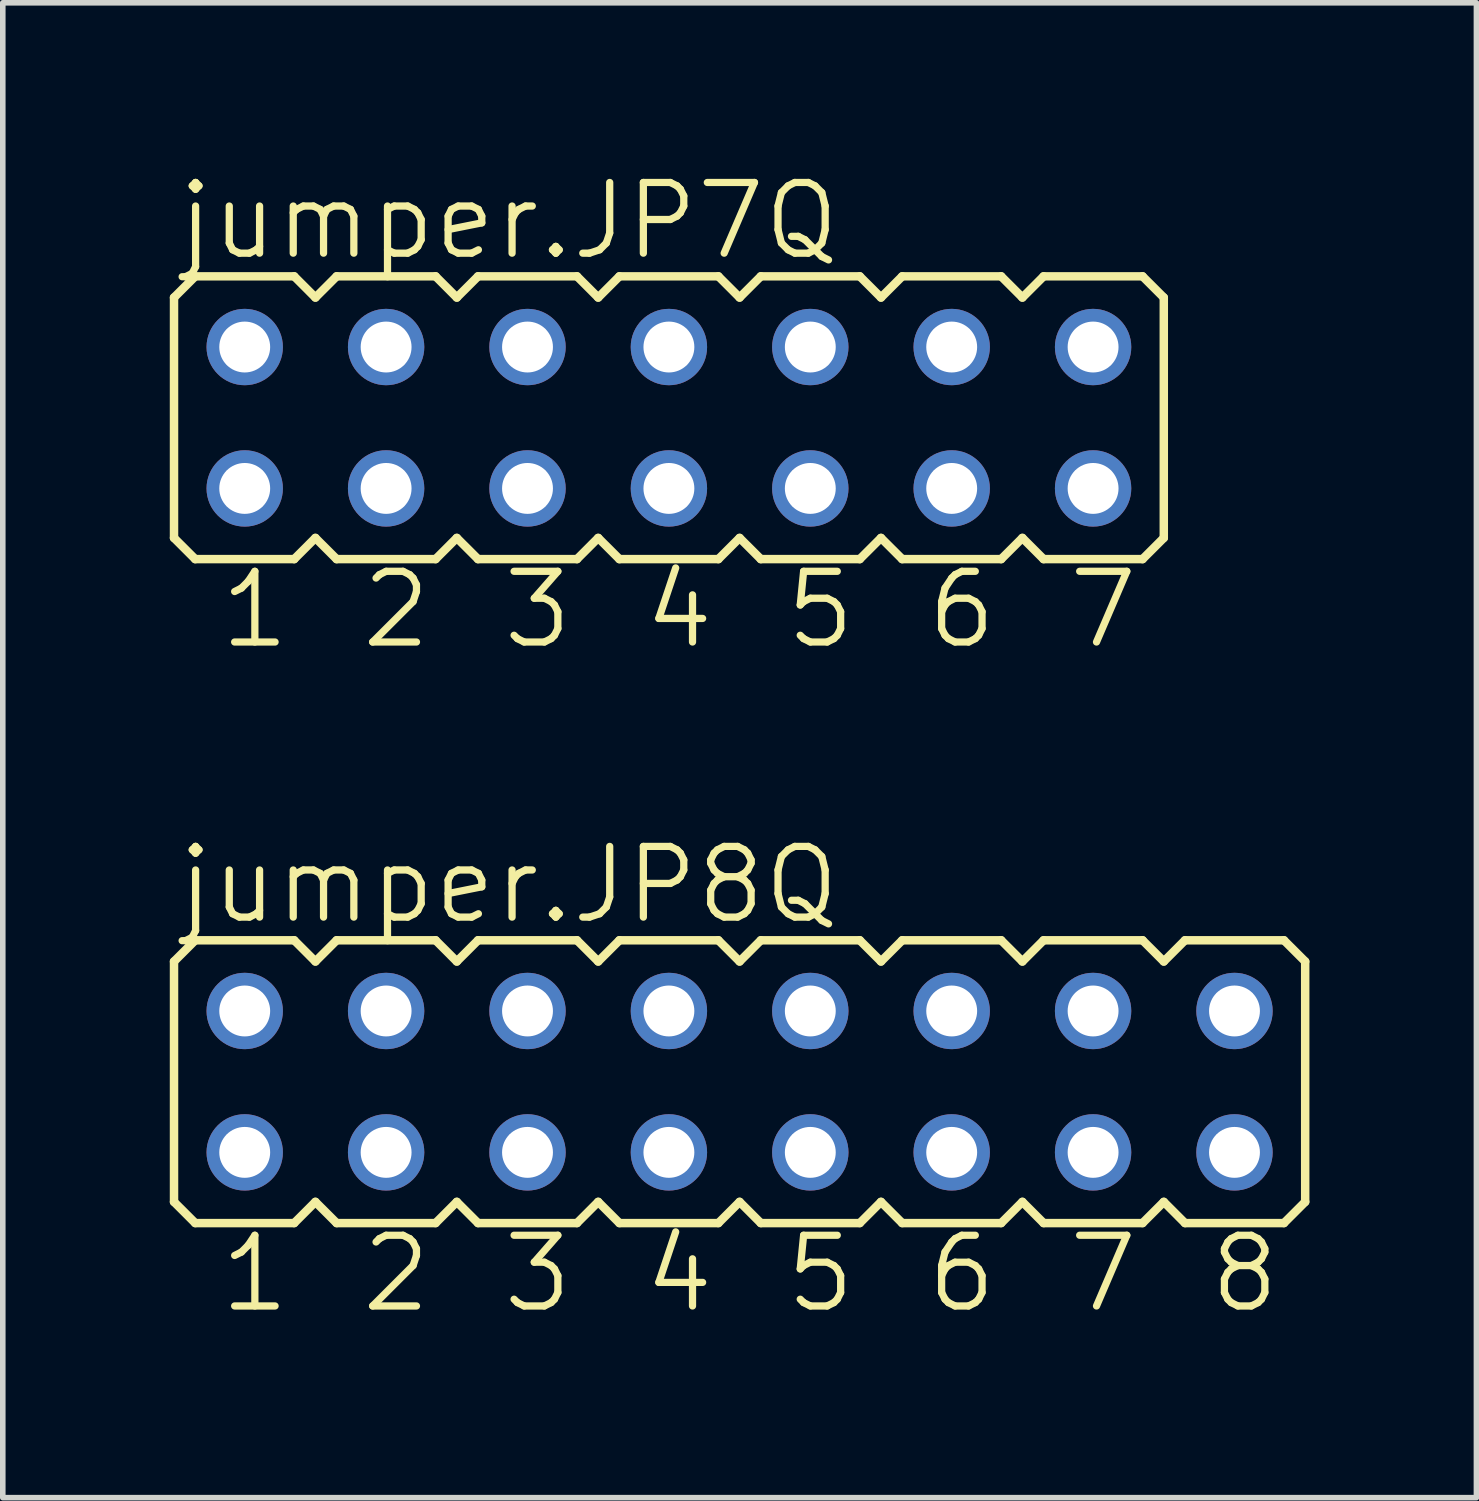
<source format=kicad_pcb>
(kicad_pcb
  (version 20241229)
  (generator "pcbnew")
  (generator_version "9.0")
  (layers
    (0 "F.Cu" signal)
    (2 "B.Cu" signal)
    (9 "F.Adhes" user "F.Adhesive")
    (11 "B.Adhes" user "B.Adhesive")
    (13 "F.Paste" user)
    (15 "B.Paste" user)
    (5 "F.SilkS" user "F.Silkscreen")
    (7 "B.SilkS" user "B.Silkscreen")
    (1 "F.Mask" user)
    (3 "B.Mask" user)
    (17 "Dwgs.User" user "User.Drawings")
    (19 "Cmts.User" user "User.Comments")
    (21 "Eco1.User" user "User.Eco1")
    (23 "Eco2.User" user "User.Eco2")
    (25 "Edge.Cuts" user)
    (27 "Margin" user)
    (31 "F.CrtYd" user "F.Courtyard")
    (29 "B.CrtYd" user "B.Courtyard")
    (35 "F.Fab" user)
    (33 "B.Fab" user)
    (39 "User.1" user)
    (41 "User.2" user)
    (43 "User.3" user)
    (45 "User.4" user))
  (footprint "jumper.JP8Q"
    (layer "F.Cu")
    (at 10.236 16.381)
    (property "Reference" "jumper.JP8Q" (at -10.16 -2.794 0) (layer "F.SilkS") (effects (font (size 1.27 1.27) (thickness 0.13)) (justify left bottom)))
    (attr through_hole)
    (fp_line (start -10.16 -2.159) (end -9.779 -2.54) (stroke (width 0.152) (type default)) (layer "F.SilkS"))
    (fp_line (start -10.16 2.159) (end -10.16 -2.159) (stroke (width 0.152) (type default)) (layer "F.SilkS"))
    (fp_line (start -10.16 2.159) (end -9.779 2.54) (stroke (width 0.152) (type default)) (layer "F.SilkS"))
    (fp_line (start -9.779 -2.54) (end -8.001 -2.54) (stroke (width 0.152) (type default)) (layer "F.SilkS"))
    (fp_line (start -9.779 2.54) (end -8.001 2.54) (stroke (width 0.152) (type default)) (layer "F.SilkS"))
    (fp_line (start -8.001 -2.54) (end -7.62 -2.159) (stroke (width 0.152) (type default)) (layer "F.SilkS"))
    (fp_line (start -7.62 -2.159) (end -7.239 -2.54) (stroke (width 0.152) (type default)) (layer "F.SilkS"))
    (fp_line (start -7.62 2.159) (end -8.001 2.54) (stroke (width 0.152) (type default)) (layer "F.SilkS"))
    (fp_line (start -7.62 2.159) (end -7.239 2.54) (stroke (width 0.152) (type default)) (layer "F.SilkS"))
    (fp_line (start -7.239 -2.54) (end -5.461 -2.54) (stroke (width 0.152) (type default)) (layer "F.SilkS"))
    (fp_line (start -5.461 2.54) (end -7.239 2.54) (stroke (width 0.152) (type default)) (layer "F.SilkS"))
    (fp_line (start -5.08 -2.159) (end -5.461 -2.54) (stroke (width 0.152) (type default)) (layer "F.SilkS"))
    (fp_line (start -5.08 -2.159) (end -4.699 -2.54) (stroke (width 0.152) (type default)) (layer "F.SilkS"))
    (fp_line (start -5.08 2.159) (end -5.461 2.54) (stroke (width 0.152) (type default)) (layer "F.SilkS"))
    (fp_line (start -5.08 2.159) (end -4.699 2.54) (stroke (width 0.152) (type default)) (layer "F.SilkS"))
    (fp_line (start -4.699 -2.54) (end -2.921 -2.54) (stroke (width 0.152) (type default)) (layer "F.SilkS"))
    (fp_line (start -2.921 2.54) (end -4.699 2.54) (stroke (width 0.152) (type default)) (layer "F.SilkS"))
    (fp_line (start -2.921 2.54) (end -2.54 2.159) (stroke (width 0.152) (type default)) (layer "F.SilkS"))
    (fp_line (start -2.54 -2.159) (end -2.921 -2.54) (stroke (width 0.152) (type default)) (layer "F.SilkS"))
    (fp_line (start -2.54 -2.159) (end -2.159 -2.54) (stroke (width 0.152) (type default)) (layer "F.SilkS"))
    (fp_line (start -2.54 2.159) (end -2.159 2.54) (stroke (width 0.152) (type default)) (layer "F.SilkS"))
    (fp_line (start -2.159 -2.54) (end -0.381 -2.54) (stroke (width 0.152) (type default)) (layer "F.SilkS"))
    (fp_line (start -0.381 2.54) (end -2.159 2.54) (stroke (width 0.152) (type default)) (layer "F.SilkS"))
    (fp_line (start -0.381 2.54) (end 0 2.159) (stroke (width 0.152) (type default)) (layer "F.SilkS"))
    (fp_line (start 0 -2.159) (end -0.381 -2.54) (stroke (width 0.152) (type default)) (layer "F.SilkS"))
    (fp_line (start 0 -2.159) (end 0.381 -2.54) (stroke (width 0.152) (type default)) (layer "F.SilkS"))
    (fp_line (start 0 2.159) (end 0.381 2.54) (stroke (width 0.152) (type default)) (layer "F.SilkS"))
    (fp_line (start 0.381 -2.54) (end 2.159 -2.54) (stroke (width 0.152) (type default)) (layer "F.SilkS"))
    (fp_line (start 2.159 2.54) (end 0.381 2.54) (stroke (width 0.152) (type default)) (layer "F.SilkS"))
    (fp_line (start 2.159 2.54) (end 2.54 2.159) (stroke (width 0.152) (type default)) (layer "F.SilkS"))
    (fp_line (start 2.54 -2.159) (end 2.159 -2.54) (stroke (width 0.152) (type default)) (layer "F.SilkS"))
    (fp_line (start 2.54 -2.159) (end 2.921 -2.54) (stroke (width 0.152) (type default)) (layer "F.SilkS"))
    (fp_line (start 2.54 2.159) (end 2.921 2.54) (stroke (width 0.152) (type default)) (layer "F.SilkS"))
    (fp_line (start 2.921 -2.54) (end 4.699 -2.54) (stroke (width 0.152) (type default)) (layer "F.SilkS"))
    (fp_line (start 4.699 2.54) (end 2.921 2.54) (stroke (width 0.152) (type default)) (layer "F.SilkS"))
    (fp_line (start 4.699 2.54) (end 5.08 2.159) (stroke (width 0.152) (type default)) (layer "F.SilkS"))
    (fp_line (start 5.08 -2.159) (end 4.699 -2.54) (stroke (width 0.152) (type default)) (layer "F.SilkS"))
    (fp_line (start 5.08 -2.159) (end 5.461 -2.54) (stroke (width 0.152) (type default)) (layer "F.SilkS"))
    (fp_line (start 5.08 2.159) (end 5.461 2.54) (stroke (width 0.152) (type default)) (layer "F.SilkS"))
    (fp_line (start 5.461 -2.54) (end 7.239 -2.54) (stroke (width 0.152) (type default)) (layer "F.SilkS"))
    (fp_line (start 7.239 2.54) (end 5.461 2.54) (stroke (width 0.152) (type default)) (layer "F.SilkS"))
    (fp_line (start 7.239 2.54) (end 7.62 2.159) (stroke (width 0.152) (type default)) (layer "F.SilkS"))
    (fp_line (start 7.62 -2.159) (end 7.239 -2.54) (stroke (width 0.152) (type default)) (layer "F.SilkS"))
    (fp_line (start 7.62 -2.159) (end 8.001 -2.54) (stroke (width 0.152) (type default)) (layer "F.SilkS"))
    (fp_line (start 7.62 2.159) (end 8.001 2.54) (stroke (width 0.152) (type default)) (layer "F.SilkS"))
    (fp_line (start 8.001 -2.54) (end 9.779 -2.54) (stroke (width 0.152) (type default)) (layer "F.SilkS"))
    (fp_line (start 9.779 2.54) (end 8.001 2.54) (stroke (width 0.152) (type default)) (layer "F.SilkS"))
    (fp_line (start 9.779 2.54) (end 10.16 2.159) (stroke (width 0.152) (type default)) (layer "F.SilkS"))
    (fp_line (start 10.16 -2.159) (end 9.779 -2.54) (stroke (width 0.152) (type default)) (layer "F.SilkS"))
    (fp_line (start 10.16 -2.159) (end 10.16 2.159) (stroke (width 0.152) (type default)) (layer "F.SilkS"))
    (fp_rect (start -9.195 -0.965) (end -8.585 -1.575) (stroke (width 0.05) (type default)) (fill no) (layer "F.Fab"))
    (fp_rect (start -9.195 1.575) (end -8.585 0.965) (stroke (width 0.05) (type default)) (fill no) (layer "F.Fab"))
    (fp_rect (start -6.655 -0.965) (end -6.045 -1.575) (stroke (width 0.05) (type default)) (fill no) (layer "F.Fab"))
    (fp_rect (start -6.655 1.575) (end -6.045 0.965) (stroke (width 0.05) (type default)) (fill no) (layer "F.Fab"))
    (fp_rect (start -4.115 -0.965) (end -3.505 -1.575) (stroke (width 0.05) (type default)) (fill no) (layer "F.Fab"))
    (fp_rect (start -4.115 1.575) (end -3.505 0.965) (stroke (width 0.05) (type default)) (fill no) (layer "F.Fab"))
    (fp_rect (start -1.575 -0.965) (end -0.965 -1.575) (stroke (width 0.05) (type default)) (fill no) (layer "F.Fab"))
    (fp_rect (start -1.575 1.575) (end -0.965 0.965) (stroke (width 0.05) (type default)) (fill no) (layer "F.Fab"))
    (fp_rect (start 0.965 -0.965) (end 1.575 -1.575) (stroke (width 0.05) (type default)) (fill no) (layer "F.Fab"))
    (fp_rect (start 0.965 1.575) (end 1.575 0.965) (stroke (width 0.05) (type default)) (fill no) (layer "F.Fab"))
    (fp_rect (start 3.505 -0.965) (end 4.115 -1.575) (stroke (width 0.05) (type default)) (fill no) (layer "F.Fab"))
    (fp_rect (start 3.505 1.575) (end 4.115 0.965) (stroke (width 0.05) (type default)) (fill no) (layer "F.Fab"))
    (fp_rect (start 6.045 -0.965) (end 6.655 -1.575) (stroke (width 0.05) (type default)) (fill no) (layer "F.Fab"))
    (fp_rect (start 6.045 1.575) (end 6.655 0.965) (stroke (width 0.05) (type default)) (fill no) (layer "F.Fab"))
    (fp_rect (start 8.585 -0.965) (end 9.195 -1.575) (stroke (width 0.05) (type default)) (fill no) (layer "F.Fab"))
    (fp_rect (start 8.585 1.575) (end 9.195 0.965) (stroke (width 0.05) (type default)) (fill no) (layer "F.Fab"))
    (fp_text user "1" (at -9.398 4.191 0) (layer "F.SilkS") (effects (font (size 1.27 1.27) (thickness 0.13)) (justify left bottom)))
    (fp_text user "8" (at 8.382 4.191 0) (layer "F.SilkS") (effects (font (size 1.27 1.27) (thickness 0.13)) (justify left bottom)))
    (fp_text user "2" (at -6.858 4.191 0) (layer "F.SilkS") (effects (font (size 1.27 1.27) (thickness 0.13)) (justify left bottom)))
    (fp_text user "5" (at 0.762 4.191 0) (layer "F.SilkS") (effects (font (size 1.27 1.27) (thickness 0.13)) (justify left bottom)))
    (fp_text user "3" (at -4.318 4.191 0) (layer "F.SilkS") (effects (font (size 1.27 1.27) (thickness 0.13)) (justify left bottom)))
    (fp_text user "7" (at 5.842 4.191 0) (layer "F.SilkS") (effects (font (size 1.27 1.27) (thickness 0.13)) (justify left bottom)))
    (fp_text user "6" (at 3.302 4.191 0) (layer "F.SilkS") (effects (font (size 1.27 1.27) (thickness 0.13)) (justify left bottom)))
    (fp_text user "4" (at -1.778 4.191 0) (layer "F.SilkS") (effects (font (size 1.27 1.27) (thickness 0.13)) (justify left bottom)))
    (pad "1" thru_hole circle (at -8.89 1.27) (size 1.372 1.372) (drill 0.914) (layers "*.Cu" "*.Mask"))
    (pad "2" thru_hole circle (at -8.89 -1.27) (size 1.372 1.372) (drill 0.914) (layers "*.Cu" "*.Mask"))
    (pad "3" thru_hole circle (at -6.35 1.27) (size 1.372 1.372) (drill 0.914) (layers "*.Cu" "*.Mask"))
    (pad "4" thru_hole circle (at -6.35 -1.27) (size 1.372 1.372) (drill 0.914) (layers "*.Cu" "*.Mask"))
    (pad "5" thru_hole circle (at -3.81 1.27) (size 1.372 1.372) (drill 0.914) (layers "*.Cu" "*.Mask"))
    (pad "6" thru_hole circle (at -3.81 -1.27) (size 1.372 1.372) (drill 0.914) (layers "*.Cu" "*.Mask"))
    (pad "7" thru_hole circle (at -1.27 1.27) (size 1.372 1.372) (drill 0.914) (layers "*.Cu" "*.Mask"))
    (pad "8" thru_hole circle (at -1.27 -1.27) (size 1.372 1.372) (drill 0.914) (layers "*.Cu" "*.Mask"))
    (pad "9" thru_hole circle (at 1.27 1.27) (size 1.372 1.372) (drill 0.914) (layers "*.Cu" "*.Mask"))
    (pad "10" thru_hole circle (at 1.27 -1.27) (size 1.372 1.372) (drill 0.914) (layers "*.Cu" "*.Mask"))
    (pad "11" thru_hole circle (at 3.81 1.27) (size 1.372 1.372) (drill 0.914) (layers "*.Cu" "*.Mask"))
    (pad "12" thru_hole circle (at 3.81 -1.27) (size 1.372 1.372) (drill 0.914) (layers "*.Cu" "*.Mask"))
    (pad "13" thru_hole circle (at 6.35 1.27) (size 1.372 1.372) (drill 0.914) (layers "*.Cu" "*.Mask"))
    (pad "14" thru_hole circle (at 6.35 -1.27) (size 1.372 1.372) (drill 0.914) (layers "*.Cu" "*.Mask"))
    (pad "15" thru_hole circle (at 8.89 1.27) (size 1.372 1.372) (drill 0.914) (layers "*.Cu" "*.Mask"))
    (pad "16" thru_hole circle (at 8.89 -1.27) (size 1.372 1.372) (drill 0.914) (layers "*.Cu" "*.Mask")))
  (footprint "jumper.JP7Q"
    (layer "F.Cu")
    (at 8.966 4.454)
    (property "Reference" "jumper.JP7Q" (at -8.89 -2.794 0) (layer "F.SilkS") (effects (font (size 1.27 1.27) (thickness 0.13)) (justify left bottom)))
    (attr through_hole)
    (fp_line (start -8.89 -2.159) (end -8.509 -2.54) (stroke (width 0.152) (type default)) (layer "F.SilkS"))
    (fp_line (start -8.89 2.159) (end -8.89 -2.159) (stroke (width 0.152) (type default)) (layer "F.SilkS"))
    (fp_line (start -8.89 2.159) (end -8.509 2.54) (stroke (width 0.152) (type default)) (layer "F.SilkS"))
    (fp_line (start -8.509 -2.54) (end -6.731 -2.54) (stroke (width 0.152) (type default)) (layer "F.SilkS"))
    (fp_line (start -8.509 2.54) (end -6.731 2.54) (stroke (width 0.152) (type default)) (layer "F.SilkS"))
    (fp_line (start -6.731 -2.54) (end -6.35 -2.159) (stroke (width 0.152) (type default)) (layer "F.SilkS"))
    (fp_line (start -6.35 -2.159) (end -5.969 -2.54) (stroke (width 0.152) (type default)) (layer "F.SilkS"))
    (fp_line (start -6.35 2.159) (end -6.731 2.54) (stroke (width 0.152) (type default)) (layer "F.SilkS"))
    (fp_line (start -6.35 2.159) (end -5.969 2.54) (stroke (width 0.152) (type default)) (layer "F.SilkS"))
    (fp_line (start -5.969 -2.54) (end -4.191 -2.54) (stroke (width 0.152) (type default)) (layer "F.SilkS"))
    (fp_line (start -4.191 2.54) (end -5.969 2.54) (stroke (width 0.152) (type default)) (layer "F.SilkS"))
    (fp_line (start -3.81 -2.159) (end -4.191 -2.54) (stroke (width 0.152) (type default)) (layer "F.SilkS"))
    (fp_line (start -3.81 -2.159) (end -3.429 -2.54) (stroke (width 0.152) (type default)) (layer "F.SilkS"))
    (fp_line (start -3.81 2.159) (end -4.191 2.54) (stroke (width 0.152) (type default)) (layer "F.SilkS"))
    (fp_line (start -3.81 2.159) (end -3.429 2.54) (stroke (width 0.152) (type default)) (layer "F.SilkS"))
    (fp_line (start -3.429 -2.54) (end -1.651 -2.54) (stroke (width 0.152) (type default)) (layer "F.SilkS"))
    (fp_line (start -1.651 2.54) (end -3.429 2.54) (stroke (width 0.152) (type default)) (layer "F.SilkS"))
    (fp_line (start -1.651 2.54) (end -1.27 2.159) (stroke (width 0.152) (type default)) (layer "F.SilkS"))
    (fp_line (start -1.27 -2.159) (end -1.651 -2.54) (stroke (width 0.152) (type default)) (layer "F.SilkS"))
    (fp_line (start -1.27 -2.159) (end -0.889 -2.54) (stroke (width 0.152) (type default)) (layer "F.SilkS"))
    (fp_line (start -1.27 2.159) (end -0.889 2.54) (stroke (width 0.152) (type default)) (layer "F.SilkS"))
    (fp_line (start -0.889 -2.54) (end 0.889 -2.54) (stroke (width 0.152) (type default)) (layer "F.SilkS"))
    (fp_line (start 0.889 2.54) (end -0.889 2.54) (stroke (width 0.152) (type default)) (layer "F.SilkS"))
    (fp_line (start 0.889 2.54) (end 1.27 2.159) (stroke (width 0.152) (type default)) (layer "F.SilkS"))
    (fp_line (start 1.27 -2.159) (end 0.889 -2.54) (stroke (width 0.152) (type default)) (layer "F.SilkS"))
    (fp_line (start 1.27 -2.159) (end 1.651 -2.54) (stroke (width 0.152) (type default)) (layer "F.SilkS"))
    (fp_line (start 1.27 2.159) (end 1.651 2.54) (stroke (width 0.152) (type default)) (layer "F.SilkS"))
    (fp_line (start 1.651 -2.54) (end 3.429 -2.54) (stroke (width 0.152) (type default)) (layer "F.SilkS"))
    (fp_line (start 3.429 2.54) (end 1.651 2.54) (stroke (width 0.152) (type default)) (layer "F.SilkS"))
    (fp_line (start 3.429 2.54) (end 3.81 2.159) (stroke (width 0.152) (type default)) (layer "F.SilkS"))
    (fp_line (start 3.81 -2.159) (end 3.429 -2.54) (stroke (width 0.152) (type default)) (layer "F.SilkS"))
    (fp_line (start 3.81 -2.159) (end 4.191 -2.54) (stroke (width 0.152) (type default)) (layer "F.SilkS"))
    (fp_line (start 3.81 2.159) (end 4.191 2.54) (stroke (width 0.152) (type default)) (layer "F.SilkS"))
    (fp_line (start 4.191 -2.54) (end 5.969 -2.54) (stroke (width 0.152) (type default)) (layer "F.SilkS"))
    (fp_line (start 5.969 2.54) (end 4.191 2.54) (stroke (width 0.152) (type default)) (layer "F.SilkS"))
    (fp_line (start 5.969 2.54) (end 6.35 2.159) (stroke (width 0.152) (type default)) (layer "F.SilkS"))
    (fp_line (start 6.35 -2.159) (end 5.969 -2.54) (stroke (width 0.152) (type default)) (layer "F.SilkS"))
    (fp_line (start 6.35 -2.159) (end 6.731 -2.54) (stroke (width 0.152) (type default)) (layer "F.SilkS"))
    (fp_line (start 6.35 2.159) (end 6.731 2.54) (stroke (width 0.152) (type default)) (layer "F.SilkS"))
    (fp_line (start 6.731 -2.54) (end 8.509 -2.54) (stroke (width 0.152) (type default)) (layer "F.SilkS"))
    (fp_line (start 8.509 2.54) (end 6.731 2.54) (stroke (width 0.152) (type default)) (layer "F.SilkS"))
    (fp_line (start 8.509 2.54) (end 8.89 2.159) (stroke (width 0.152) (type default)) (layer "F.SilkS"))
    (fp_line (start 8.89 -2.159) (end 8.509 -2.54) (stroke (width 0.152) (type default)) (layer "F.SilkS"))
    (fp_line (start 8.89 -2.159) (end 8.89 2.159) (stroke (width 0.152) (type default)) (layer "F.SilkS"))
    (fp_rect (start -7.925 -0.965) (end -7.315 -1.575) (stroke (width 0.05) (type default)) (fill no) (layer "F.Fab"))
    (fp_rect (start -7.925 1.575) (end -7.315 0.965) (stroke (width 0.05) (type default)) (fill no) (layer "F.Fab"))
    (fp_rect (start -5.385 -0.965) (end -4.775 -1.575) (stroke (width 0.05) (type default)) (fill no) (layer "F.Fab"))
    (fp_rect (start -5.385 1.575) (end -4.775 0.965) (stroke (width 0.05) (type default)) (fill no) (layer "F.Fab"))
    (fp_rect (start -2.845 -0.965) (end -2.235 -1.575) (stroke (width 0.05) (type default)) (fill no) (layer "F.Fab"))
    (fp_rect (start -2.845 1.575) (end -2.235 0.965) (stroke (width 0.05) (type default)) (fill no) (layer "F.Fab"))
    (fp_rect (start -0.305 -0.965) (end 0.305 -1.575) (stroke (width 0.05) (type default)) (fill no) (layer "F.Fab"))
    (fp_rect (start -0.305 1.575) (end 0.305 0.965) (stroke (width 0.05) (type default)) (fill no) (layer "F.Fab"))
    (fp_rect (start 2.235 -0.965) (end 2.845 -1.575) (stroke (width 0.05) (type default)) (fill no) (layer "F.Fab"))
    (fp_rect (start 2.235 1.575) (end 2.845 0.965) (stroke (width 0.05) (type default)) (fill no) (layer "F.Fab"))
    (fp_rect (start 4.775 -0.965) (end 5.385 -1.575) (stroke (width 0.05) (type default)) (fill no) (layer "F.Fab"))
    (fp_rect (start 4.775 1.575) (end 5.385 0.965) (stroke (width 0.05) (type default)) (fill no) (layer "F.Fab"))
    (fp_rect (start 7.315 -0.965) (end 7.925 -1.575) (stroke (width 0.05) (type default)) (fill no) (layer "F.Fab"))
    (fp_rect (start 7.315 1.575) (end 7.925 0.965) (stroke (width 0.05) (type default)) (fill no) (layer "F.Fab"))
    (fp_text user "1" (at -8.128 4.191 0) (layer "F.SilkS") (effects (font (size 1.27 1.27) (thickness 0.13)) (justify left bottom)))
    (fp_text user "7" (at 7.112 4.191 0) (layer "F.SilkS") (effects (font (size 1.27 1.27) (thickness 0.13)) (justify left bottom)))
    (fp_text user "6" (at 4.572 4.191 0) (layer "F.SilkS") (effects (font (size 1.27 1.27) (thickness 0.13)) (justify left bottom)))
    (fp_text user "5" (at 2.032 4.191 0) (layer "F.SilkS") (effects (font (size 1.27 1.27) (thickness 0.13)) (justify left bottom)))
    (fp_text user "4" (at -0.508 4.191 0) (layer "F.SilkS") (effects (font (size 1.27 1.27) (thickness 0.13)) (justify left bottom)))
    (fp_text user "3" (at -3.048 4.191 0) (layer "F.SilkS") (effects (font (size 1.27 1.27) (thickness 0.13)) (justify left bottom)))
    (fp_text user "2" (at -5.588 4.191 0) (layer "F.SilkS") (effects (font (size 1.27 1.27) (thickness 0.13)) (justify left bottom)))
    (pad "1" thru_hole circle (at -7.62 1.27) (size 1.372 1.372) (drill 0.914) (layers "*.Cu" "*.Mask"))
    (pad "2" thru_hole circle (at -7.62 -1.27) (size 1.372 1.372) (drill 0.914) (layers "*.Cu" "*.Mask"))
    (pad "3" thru_hole circle (at -5.08 1.27) (size 1.372 1.372) (drill 0.914) (layers "*.Cu" "*.Mask"))
    (pad "4" thru_hole circle (at -5.08 -1.27) (size 1.372 1.372) (drill 0.914) (layers "*.Cu" "*.Mask"))
    (pad "5" thru_hole circle (at -2.54 1.27) (size 1.372 1.372) (drill 0.914) (layers "*.Cu" "*.Mask"))
    (pad "6" thru_hole circle (at -2.54 -1.27) (size 1.372 1.372) (drill 0.914) (layers "*.Cu" "*.Mask"))
    (pad "7" thru_hole circle (at 0 1.27) (size 1.372 1.372) (drill 0.914) (layers "*.Cu" "*.Mask"))
    (pad "8" thru_hole circle (at 0 -1.27) (size 1.372 1.372) (drill 0.914) (layers "*.Cu" "*.Mask"))
    (pad "9" thru_hole circle (at 2.54 1.27) (size 1.372 1.372) (drill 0.914) (layers "*.Cu" "*.Mask"))
    (pad "10" thru_hole circle (at 2.54 -1.27) (size 1.372 1.372) (drill 0.914) (layers "*.Cu" "*.Mask"))
    (pad "11" thru_hole circle (at 5.08 1.27) (size 1.372 1.372) (drill 0.914) (layers "*.Cu" "*.Mask"))
    (pad "12" thru_hole circle (at 5.08 -1.27) (size 1.372 1.372) (drill 0.914) (layers "*.Cu" "*.Mask"))
    (pad "13" thru_hole circle (at 7.62 1.27) (size 1.372 1.372) (drill 0.914) (layers "*.Cu" "*.Mask"))
    (pad "14" thru_hole circle (at 7.62 -1.27) (size 1.372 1.372) (drill 0.914) (layers "*.Cu" "*.Mask")))
  (gr_rect
    (start -3 -3)
    (end 23.472 23.854)
    (stroke (width 0.1) (type default))
    (fill no)
    (layer "Edge.Cuts")))
</source>
